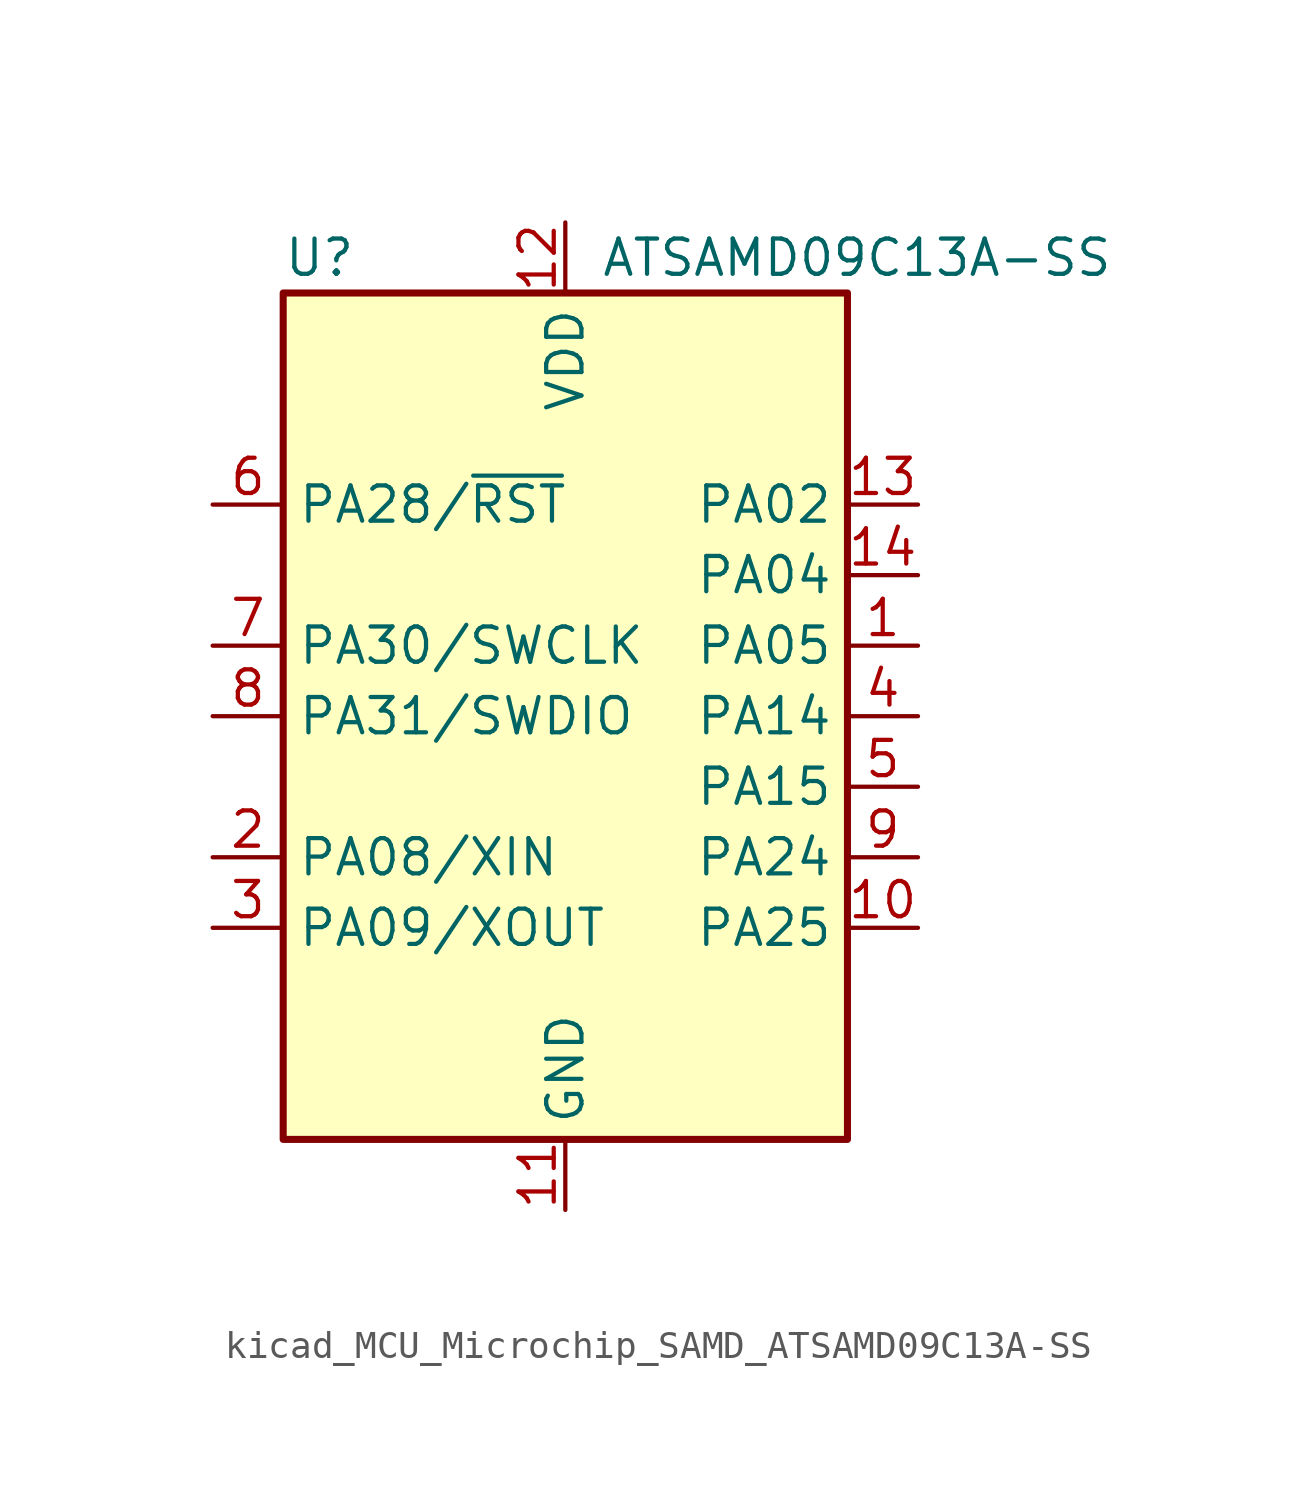
<source format=kicad_sym>
(kicad_symbol_lib
  (version 20220914)
  (generator kicad_symbol_editor)
  (symbol "kicad_MCU_Microchip_SAMD_ATSAMD09C13A-SS"
    (property "Reference" "U"
      (at -10.16 16.51 0)
      (effects (font (size 1.27 1.27)) (justify left)))
    (property "Value" "ATSAMD09C13A-SS"
      (at 1.27 16.51 0)
      (effects (font (size 1.27 1.27)) (justify left)))
    (symbol "kicad_MCU_Microchip_SAMD_ATSAMD09C13A-SS_0_1"
      (rectangle (start -10.16 15.24) (end 10.16 -15.24) (stroke (width 0.254) (type default)) (fill (type background))))
    (symbol "kicad_MCU_Microchip_SAMD_ATSAMD09C13A-SS_1_1"
      (pin bidirectional line (at 12.7 2.54 180) (length 2.54) (name "PA05" (effects (font (size 1.27 1.27)))) (number "1" (effects (font (size 1.27 1.27)))))
      (pin bidirectional line (at 12.7 -7.62 180) (length 2.54) (name "PA25" (effects (font (size 1.27 1.27)))) (number "10" (effects (font (size 1.27 1.27)))))
      (pin power_in line (at 0 -17.78 90) (length 2.54) (name "GND" (effects (font (size 1.27 1.27)))) (number "11" (effects (font (size 1.27 1.27)))))
      (pin power_in line (at 0 17.78 270) (length 2.54) (name "VDD" (effects (font (size 1.27 1.27)))) (number "12" (effects (font (size 1.27 1.27)))))
      (pin bidirectional line (at 12.7 7.62 180) (length 2.54) (name "PA02" (effects (font (size 1.27 1.27)))) (number "13" (effects (font (size 1.27 1.27)))))
      (pin bidirectional line (at 12.7 5.08 180) (length 2.54) (name "PA04" (effects (font (size 1.27 1.27)))) (number "14" (effects (font (size 1.27 1.27)))))
      (pin bidirectional line (at -12.7 -5.08 0) (length 2.54) (name "PA08/XIN" (effects (font (size 1.27 1.27)))) (number "2" (effects (font (size 1.27 1.27)))))
      (pin bidirectional line (at -12.7 -7.62 0) (length 2.54) (name "PA09/XOUT" (effects (font (size 1.27 1.27)))) (number "3" (effects (font (size 1.27 1.27)))))
      (pin bidirectional line (at 12.7 0 180) (length 2.54) (name "PA14" (effects (font (size 1.27 1.27)))) (number "4" (effects (font (size 1.27 1.27)))))
      (pin bidirectional line (at 12.7 -2.54 180) (length 2.54) (name "PA15" (effects (font (size 1.27 1.27)))) (number "5" (effects (font (size 1.27 1.27)))))
      (pin bidirectional line (at -12.7 7.62 0) (length 2.54) (name "PA28/~{RST}" (effects (font (size 1.27 1.27)))) (number "6" (effects (font (size 1.27 1.27)))))
      (pin bidirectional line (at -12.7 2.54 0) (length 2.54) (name "PA30/SWCLK" (effects (font (size 1.27 1.27)))) (number "7" (effects (font (size 1.27 1.27)))))
      (pin bidirectional line (at -12.7 0 0) (length 2.54) (name "PA31/SWDIO" (effects (font (size 1.27 1.27)))) (number "8" (effects (font (size 1.27 1.27)))))
      (pin bidirectional line (at 12.7 -5.08 180) (length 2.54) (name "PA24" (effects (font (size 1.27 1.27)))) (number "9" (effects (font (size 1.27 1.27))))))))
</source>
